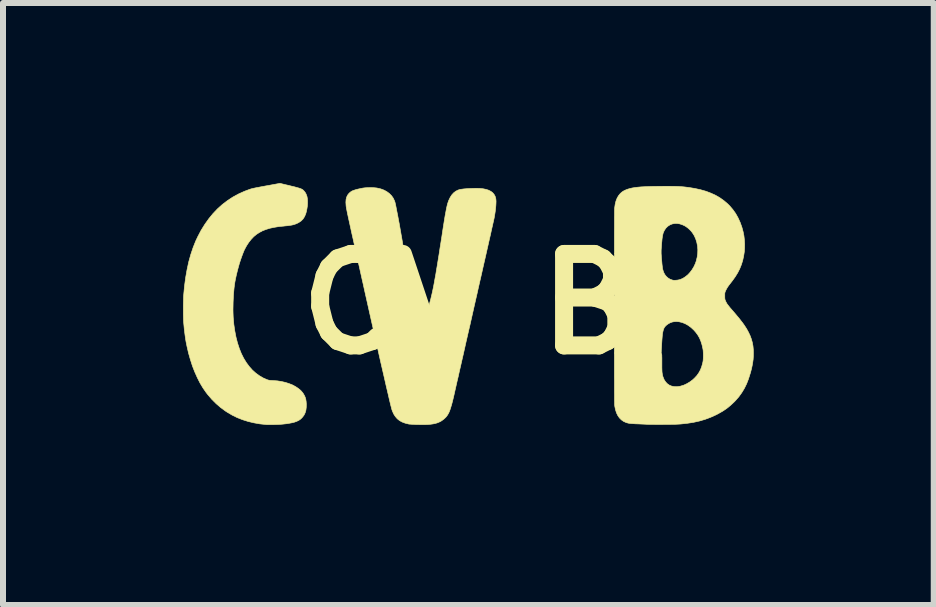
<source format=kicad_pcb>
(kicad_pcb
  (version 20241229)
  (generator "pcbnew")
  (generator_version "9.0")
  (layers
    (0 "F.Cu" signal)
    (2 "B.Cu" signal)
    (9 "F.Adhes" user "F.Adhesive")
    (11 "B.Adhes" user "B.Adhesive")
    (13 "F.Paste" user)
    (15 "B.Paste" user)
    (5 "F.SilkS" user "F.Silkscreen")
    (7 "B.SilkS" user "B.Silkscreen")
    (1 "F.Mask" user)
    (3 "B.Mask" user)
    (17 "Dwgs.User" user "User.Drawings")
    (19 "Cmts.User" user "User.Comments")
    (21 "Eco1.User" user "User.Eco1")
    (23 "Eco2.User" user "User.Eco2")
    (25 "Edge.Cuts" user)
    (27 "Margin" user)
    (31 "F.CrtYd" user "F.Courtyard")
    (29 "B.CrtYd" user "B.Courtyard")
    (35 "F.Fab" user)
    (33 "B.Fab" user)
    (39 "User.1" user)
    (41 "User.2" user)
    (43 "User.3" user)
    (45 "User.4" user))
  (footprint "CV B"
    (layer "F.Cu")
    (at 4.752 2.016)
    (property "Reference" "CV B" (at 0 0 0) (layer "F.SilkS") (effects (font (size 1.524 1.524) (thickness 0.3))))
    (attr through_hole)
    (fp_poly (pts (xy -3.047 -1.989) (xy -2.993 -1.977) (xy -2.947 -1.965) (xy -2.907 -1.956) (xy -2.874 -1.947) (xy -2.846 -1.939) (xy -2.823 -1.933) (xy -2.804 -1.926) (xy -2.788 -1.921) (xy -2.776 -1.915) (xy -2.765 -1.909) (xy -2.756 -1.903) (xy -2.748 -1.896) (xy -2.74 -1.888) (xy -2.719 -1.863) (xy -2.703 -1.835) (xy -2.69 -1.801) (xy -2.687 -1.792) (xy -2.681 -1.759) (xy -2.678 -1.72) (xy -2.678 -1.677) (xy -2.681 -1.632) (xy -2.688 -1.586) (xy -2.697 -1.542) (xy -2.708 -1.503) (xy -2.727 -1.458) (xy -2.751 -1.42) (xy -2.782 -1.387) (xy -2.82 -1.361) (xy -2.842 -1.349) (xy -2.866 -1.338) (xy -2.89 -1.329) (xy -2.916 -1.321) (xy -2.944 -1.315) (xy -2.977 -1.31) (xy -3.014 -1.305) (xy -3.059 -1.301) (xy -3.071 -1.299) (xy -3.157 -1.291) (xy -3.234 -1.278) (xy -3.305 -1.263) (xy -3.37 -1.243) (xy -3.429 -1.22) (xy -3.483 -1.191) (xy -3.532 -1.159) (xy -3.577 -1.121) (xy -3.618 -1.077) (xy -3.656 -1.029) (xy -3.692 -0.974) (xy -3.713 -0.936) (xy -3.733 -0.897) (xy -3.752 -0.851) (xy -3.772 -0.798) (xy -3.792 -0.741) (xy -3.812 -0.681) (xy -3.83 -0.617) (xy -3.847 -0.553) (xy -3.863 -0.488) (xy -3.877 -0.424) (xy -3.889 -0.362) (xy -3.896 -0.313) (xy -3.902 -0.266) (xy -3.907 -0.212) (xy -3.912 -0.154) (xy -3.915 -0.092) (xy -3.918 -0.028) (xy -3.919 0.034) (xy -3.92 0.095) (xy -3.919 0.152) (xy -3.917 0.203) (xy -3.916 0.223) (xy -3.906 0.338) (xy -3.89 0.447) (xy -3.87 0.551) (xy -3.845 0.648) (xy -3.815 0.74) (xy -3.781 0.825) (xy -3.742 0.903) (xy -3.698 0.975) (xy -3.65 1.04) (xy -3.598 1.099) (xy -3.541 1.15) (xy -3.481 1.194) (xy -3.416 1.232) (xy -3.361 1.256) (xy -3.346 1.262) (xy -3.333 1.266) (xy -3.321 1.269) (xy -3.307 1.271) (xy -3.29 1.273) (xy -3.268 1.274) (xy -3.253 1.275) (xy -3.181 1.28) (xy -3.112 1.291) (xy -3.046 1.306) (xy -2.984 1.326) (xy -2.926 1.349) (xy -2.875 1.377) (xy -2.829 1.408) (xy -2.789 1.442) (xy -2.757 1.479) (xy -2.75 1.49) (xy -2.731 1.522) (xy -2.717 1.553) (xy -2.707 1.587) (xy -2.701 1.624) (xy -2.698 1.666) (xy -2.699 1.72) (xy -2.705 1.769) (xy -2.718 1.813) (xy -2.737 1.852) (xy -2.763 1.886) (xy -2.774 1.898) (xy -2.794 1.917) (xy -2.816 1.933) (xy -2.84 1.946) (xy -2.868 1.958) (xy -2.899 1.969) (xy -2.936 1.978) (xy -2.978 1.986) (xy -3.027 1.994) (xy -3.082 2) (xy -3.102 2.002) (xy -3.129 2.004) (xy -3.16 2.006) (xy -3.193 2.007) (xy -3.228 2.008) (xy -3.263 2.009) (xy -3.296 2.009) (xy -3.325 2.009) (xy -3.348 2.009) (xy -3.363 2.008) (xy -3.471 1.997) (xy -3.573 1.979) (xy -3.669 1.956) (xy -3.761 1.927) (xy -3.85 1.892) (xy -3.935 1.85) (xy -4.018 1.801) (xy -4.047 1.782) (xy -4.126 1.724) (xy -4.201 1.659) (xy -4.273 1.587) (xy -4.34 1.509) (xy -4.368 1.473) (xy -4.42 1.398) (xy -4.469 1.316) (xy -4.514 1.227) (xy -4.557 1.131) (xy -4.596 1.031) (xy -4.63 0.925) (xy -4.661 0.816) (xy -4.687 0.703) (xy -4.703 0.624) (xy -4.71 0.581) (xy -4.717 0.532) (xy -4.724 0.478) (xy -4.731 0.423) (xy -4.736 0.368) (xy -4.741 0.317) (xy -4.742 0.307) (xy -4.744 0.28) (xy -4.745 0.246) (xy -4.746 0.206) (xy -4.747 0.162) (xy -4.747 0.116) (xy -4.747 0.069) (xy -4.747 0.021) (xy -4.746 -0.024) (xy -4.745 -0.066) (xy -4.744 -0.104) (xy -4.743 -0.135) (xy -4.742 -0.146) (xy -4.728 -0.296) (xy -4.709 -0.439) (xy -4.685 -0.575) (xy -4.657 -0.704) (xy -4.623 -0.826) (xy -4.584 -0.942) (xy -4.541 -1.05) (xy -4.508 -1.12) (xy -4.452 -1.227) (xy -4.39 -1.327) (xy -4.324 -1.42) (xy -4.254 -1.506) (xy -4.178 -1.586) (xy -4.098 -1.658) (xy -4.013 -1.723) (xy -3.923 -1.782) (xy -3.828 -1.834) (xy -3.728 -1.879) (xy -3.653 -1.907) (xy -3.641 -1.911) (xy -3.63 -1.915) (xy -3.618 -1.919) (xy -3.605 -1.922) (xy -3.59 -1.926) (xy -3.573 -1.93) (xy -3.553 -1.934) (xy -3.529 -1.939) (xy -3.5 -1.944) (xy -3.466 -1.951) (xy -3.427 -1.958) (xy -3.38 -1.967) (xy -3.326 -1.976) (xy -3.301 -1.981) (xy -3.137 -2.011) (xy -3.047 -1.989)) (stroke (width 0.01) (type solid)) (fill yes) (layer "F.SilkS"))
    (fp_poly (pts (xy -1.603 -1.94) (xy -1.566 -1.938) (xy -1.534 -1.935) (xy -1.52 -1.933) (xy -1.459 -1.919) (xy -1.405 -1.899) (xy -1.357 -1.873) (xy -1.315 -1.842) (xy -1.279 -1.806) (xy -1.25 -1.765) (xy -1.228 -1.718) (xy -1.222 -1.701) (xy -1.219 -1.69) (xy -1.215 -1.671) (xy -1.209 -1.646) (xy -1.203 -1.615) (xy -1.196 -1.578) (xy -1.188 -1.537) (xy -1.179 -1.493) (xy -1.17 -1.445) (xy -1.161 -1.395) (xy -1.151 -1.344) (xy -1.142 -1.293) (xy -1.133 -1.241) (xy -1.124 -1.19) (xy -1.116 -1.142) (xy -1.115 -1.141) (xy -1.109 -1.105) (xy -1.102 -1.063) (xy -1.094 -1.016) (xy -1.085 -0.965) (xy -1.075 -0.91) (xy -1.064 -0.852) (xy -1.053 -0.791) (xy -1.042 -0.729) (xy -1.031 -0.665) (xy -1.019 -0.6) (xy -1.007 -0.535) (xy -0.995 -0.471) (xy -0.983 -0.407) (xy -0.972 -0.345) (xy -0.961 -0.286) (xy -0.95 -0.229) (xy -0.94 -0.175) (xy -0.931 -0.125) (xy -0.923 -0.08) (xy -0.915 -0.04) (xy -0.908 -0.005) (xy -0.903 0.023) (xy -0.899 0.044) (xy -0.896 0.058) (xy -0.895 0.061) (xy -0.881 0.106) (xy -0.866 0.146) (xy -0.848 0.18) (xy -0.829 0.209) (xy -0.809 0.23) (xy -0.79 0.243) (xy -0.771 0.249) (xy -0.752 0.249) (xy -0.736 0.244) (xy -0.731 0.241) (xy -0.725 0.236) (xy -0.719 0.228) (xy -0.714 0.217) (xy -0.707 0.203) (xy -0.701 0.184) (xy -0.693 0.159) (xy -0.683 0.128) (xy -0.672 0.09) (xy -0.671 0.085) (xy -0.66 0.047) (xy -0.65 0.011) (xy -0.641 -0.023) (xy -0.632 -0.057) (xy -0.623 -0.091) (xy -0.615 -0.124) (xy -0.607 -0.158) (xy -0.599 -0.193) (xy -0.591 -0.23) (xy -0.583 -0.268) (xy -0.575 -0.308) (xy -0.567 -0.351) (xy -0.559 -0.397) (xy -0.55 -0.446) (xy -0.54 -0.5) (xy -0.531 -0.558) (xy -0.52 -0.621) (xy -0.509 -0.689) (xy -0.497 -0.763) (xy -0.484 -0.843) (xy -0.471 -0.93) (xy -0.456 -1.023) (xy -0.44 -1.125) (xy -0.424 -1.232) (xy -0.413 -1.302) (xy -0.403 -1.365) (xy -0.394 -1.42) (xy -0.386 -1.469) (xy -0.378 -1.512) (xy -0.371 -1.549) (xy -0.365 -1.582) (xy -0.359 -1.611) (xy -0.353 -1.636) (xy -0.348 -1.658) (xy -0.342 -1.678) (xy -0.336 -1.697) (xy -0.33 -1.714) (xy -0.324 -1.729) (xy -0.301 -1.777) (xy -0.274 -1.819) (xy -0.243 -1.853) (xy -0.208 -1.88) (xy -0.17 -1.899) (xy -0.146 -1.907) (xy -0.128 -1.911) (xy -0.105 -1.914) (xy -0.076 -1.918) (xy -0.041 -1.921) (xy 0.001 -1.924) (xy 0.052 -1.926) (xy 0.052 -1.926) (xy 0.124 -1.928) (xy 0.189 -1.927) (xy 0.246 -1.921) (xy 0.296 -1.911) (xy 0.339 -1.897) (xy 0.376 -1.878) (xy 0.406 -1.856) (xy 0.429 -1.829) (xy 0.447 -1.798) (xy 0.458 -1.762) (xy 0.461 -1.739) (xy 0.463 -1.713) (xy 0.462 -1.68) (xy 0.46 -1.642) (xy 0.456 -1.599) (xy 0.451 -1.553) (xy 0.444 -1.506) (xy 0.436 -1.457) (xy 0.43 -1.425) (xy 0.428 -1.417) (xy 0.425 -1.402) (xy 0.42 -1.38) (xy 0.413 -1.35) (xy 0.405 -1.313) (xy 0.395 -1.27) (xy 0.384 -1.221) (xy 0.372 -1.165) (xy 0.358 -1.105) (xy 0.343 -1.039) (xy 0.327 -0.968) (xy 0.31 -0.893) (xy 0.292 -0.813) (xy 0.273 -0.73) (xy 0.253 -0.643) (xy 0.233 -0.554) (xy 0.212 -0.461) (xy 0.19 -0.366) (xy 0.168 -0.269) (xy 0.146 -0.17) (xy 0.123 -0.07) (xy 0.1 0.031) (xy 0.077 0.133) (xy 0.054 0.235) (xy 0.031 0.338) (xy 0.007 0.44) (xy -0.016 0.541) (xy -0.039 0.641) (xy -0.061 0.74) (xy -0.083 0.838) (xy -0.105 0.933) (xy -0.126 1.026) (xy -0.147 1.116) (xy -0.166 1.203) (xy -0.186 1.287) (xy -0.204 1.367) (xy -0.221 1.442) (xy -0.235 1.505) (xy -0.25 1.569) (xy -0.264 1.626) (xy -0.277 1.675) (xy -0.29 1.718) (xy -0.302 1.756) (xy -0.314 1.789) (xy -0.327 1.817) (xy -0.341 1.842) (xy -0.355 1.863) (xy -0.371 1.883) (xy -0.389 1.901) (xy -0.408 1.918) (xy -0.429 1.934) (xy -0.455 1.952) (xy -0.483 1.966) (xy -0.514 1.979) (xy -0.547 1.989) (xy -0.585 1.997) (xy -0.628 2.003) (xy -0.675 2.007) (xy -0.729 2.009) (xy -0.79 2.009) (xy -0.858 2.007) (xy -0.878 2.007) (xy -0.907 2.005) (xy -0.935 2.004) (xy -0.96 2.002) (xy -0.98 2.001) (xy -0.994 1.999) (xy -0.997 1.998) (xy -1.053 1.984) (xy -1.103 1.965) (xy -1.146 1.941) (xy -1.183 1.911) (xy -1.215 1.874) (xy -1.242 1.832) (xy -1.264 1.783) (xy -1.272 1.76) (xy -1.276 1.747) (xy -1.281 1.725) (xy -1.289 1.696) (xy -1.298 1.659) (xy -1.309 1.614) (xy -1.321 1.562) (xy -1.335 1.501) (xy -1.351 1.433) (xy -1.369 1.357) (xy -1.388 1.273) (xy -1.409 1.181) (xy -1.432 1.082) (xy -1.457 0.974) (xy -1.483 0.858) (xy -1.511 0.734) (xy -1.541 0.602) (xy -1.572 0.462) (xy -1.606 0.314) (xy -1.641 0.158) (xy -1.678 -0.007) (xy -1.717 -0.18) (xy -1.757 -0.361) (xy -1.767 -0.404) (xy -1.793 -0.521) (xy -1.817 -0.629) (xy -1.84 -0.73) (xy -1.861 -0.824) (xy -1.88 -0.91) (xy -1.898 -0.99) (xy -1.914 -1.063) (xy -1.929 -1.13) (xy -1.943 -1.191) (xy -1.955 -1.247) (xy -1.966 -1.297) (xy -1.976 -1.343) (xy -1.985 -1.384) (xy -1.993 -1.42) (xy -2 -1.452) (xy -2.006 -1.481) (xy -2.012 -1.506) (xy -2.016 -1.528) (xy -2.02 -1.548) (xy -2.023 -1.564) (xy -2.026 -1.579) (xy -2.029 -1.592) (xy -2.031 -1.602) (xy -2.032 -1.612) (xy -2.033 -1.621) (xy -2.035 -1.628) (xy -2.035 -1.636) (xy -2.036 -1.643) (xy -2.036 -1.645) (xy -2.039 -1.696) (xy -2.036 -1.742) (xy -2.026 -1.782) (xy -2.009 -1.817) (xy -1.985 -1.847) (xy -1.955 -1.872) (xy -1.935 -1.884) (xy -1.917 -1.891) (xy -1.892 -1.9) (xy -1.862 -1.909) (xy -1.829 -1.917) (xy -1.796 -1.924) (xy -1.763 -1.931) (xy -1.75 -1.933) (xy -1.718 -1.937) (xy -1.681 -1.939) (xy -1.642 -1.94) (xy -1.603 -1.94)) (stroke (width 0.01) (type solid)) (fill yes) (layer "F.SilkS"))
    (fp_poly (pts (xy 3.313 -1.962) (xy 3.362 -1.962) (xy 3.404 -1.961) (xy 3.441 -1.961) (xy 3.474 -1.96) (xy 3.504 -1.959) (xy 3.531 -1.957) (xy 3.558 -1.955) (xy 3.585 -1.953) (xy 3.613 -1.95) (xy 3.644 -1.946) (xy 3.67 -1.943) (xy 3.774 -1.926) (xy 3.87 -1.905) (xy 3.961 -1.879) (xy 4.045 -1.847) (xy 4.123 -1.811) (xy 4.195 -1.769) (xy 4.262 -1.721) (xy 4.324 -1.668) (xy 4.356 -1.636) (xy 4.408 -1.575) (xy 4.455 -1.509) (xy 4.496 -1.436) (xy 4.531 -1.359) (xy 4.56 -1.278) (xy 4.58 -1.204) (xy 4.593 -1.139) (xy 4.601 -1.07) (xy 4.605 -1) (xy 4.604 -0.932) (xy 4.6 -0.872) (xy 4.588 -0.795) (xy 4.572 -0.723) (xy 4.55 -0.654) (xy 4.523 -0.587) (xy 4.49 -0.522) (xy 4.45 -0.457) (xy 4.403 -0.391) (xy 4.372 -0.351) (xy 4.345 -0.316) (xy 4.322 -0.284) (xy 4.305 -0.255) (xy 4.291 -0.228) (xy 4.288 -0.221) (xy 4.282 -0.207) (xy 4.278 -0.195) (xy 4.275 -0.184) (xy 4.274 -0.17) (xy 4.274 -0.153) (xy 4.274 -0.135) (xy 4.274 -0.112) (xy 4.275 -0.096) (xy 4.276 -0.083) (xy 4.279 -0.072) (xy 4.283 -0.06) (xy 4.285 -0.056) (xy 4.293 -0.038) (xy 4.302 -0.021) (xy 4.312 -0.003) (xy 4.326 0.015) (xy 4.342 0.036) (xy 4.362 0.061) (xy 4.388 0.091) (xy 4.434 0.144) (xy 4.475 0.193) (xy 4.512 0.237) (xy 4.543 0.277) (xy 4.571 0.313) (xy 4.596 0.348) (xy 4.617 0.38) (xy 4.637 0.411) (xy 4.654 0.442) (xy 4.668 0.467) (xy 4.696 0.526) (xy 4.717 0.583) (xy 4.733 0.64) (xy 4.744 0.698) (xy 4.75 0.761) (xy 4.751 0.819) (xy 4.75 0.871) (xy 4.747 0.922) (xy 4.74 0.972) (xy 4.731 1.024) (xy 4.719 1.08) (xy 4.703 1.141) (xy 4.697 1.16) (xy 4.669 1.249) (xy 4.637 1.331) (xy 4.6 1.406) (xy 4.557 1.477) (xy 4.509 1.544) (xy 4.455 1.606) (xy 4.43 1.632) (xy 4.369 1.689) (xy 4.305 1.741) (xy 4.236 1.787) (xy 4.16 1.83) (xy 4.127 1.847) (xy 4.038 1.887) (xy 3.947 1.921) (xy 3.852 1.949) (xy 3.753 1.971) (xy 3.65 1.987) (xy 3.54 1.999) (xy 3.486 2.002) (xy 3.467 2.003) (xy 3.442 2.004) (xy 3.409 2.004) (xy 3.372 2.005) (xy 3.332 2.005) (xy 3.288 2.005) (xy 3.243 2.006) (xy 3.198 2.006) (xy 3.153 2.006) (xy 3.111 2.006) (xy 3.072 2.005) (xy 3.037 2.005) (xy 3.008 2.005) (xy 2.985 2.004) (xy 2.98 2.004) (xy 2.922 2.001) (xy 2.872 1.999) (xy 2.829 1.997) (xy 2.792 1.996) (xy 2.761 1.994) (xy 2.735 1.992) (xy 2.714 1.991) (xy 2.696 1.989) (xy 2.681 1.987) (xy 2.668 1.985) (xy 2.658 1.982) (xy 2.648 1.98) (xy 2.638 1.977) (xy 2.632 1.975) (xy 2.589 1.956) (xy 2.552 1.93) (xy 2.519 1.897) (xy 2.492 1.858) (xy 2.47 1.813) (xy 2.453 1.76) (xy 2.441 1.701) (xy 2.439 1.68) (xy 2.438 1.672) (xy 2.438 1.656) (xy 2.438 1.633) (xy 2.437 1.602) (xy 2.437 1.564) (xy 2.437 1.519) (xy 2.436 1.468) (xy 2.436 1.411) (xy 2.436 1.349) (xy 2.436 1.281) (xy 2.435 1.208) (xy 2.435 1.131) (xy 2.435 1.05) (xy 2.435 0.965) (xy 2.435 0.876) (xy 2.434 0.808) (xy 3.215 0.808) (xy 3.215 0.816) (xy 3.216 0.822) (xy 3.217 0.825) (xy 3.218 0.826) (xy 3.219 0.827) (xy 3.22 0.828) (xy 3.221 0.831) (xy 3.223 0.836) (xy 3.224 0.844) (xy 3.225 0.857) (xy 3.225 0.874) (xy 3.226 0.898) (xy 3.226 0.928) (xy 3.226 0.965) (xy 3.226 0.978) (xy 3.226 1.024) (xy 3.226 1.062) (xy 3.227 1.094) (xy 3.228 1.121) (xy 3.23 1.144) (xy 3.233 1.163) (xy 3.236 1.181) (xy 3.24 1.197) (xy 3.245 1.214) (xy 3.247 1.219) (xy 3.265 1.262) (xy 3.289 1.298) (xy 3.317 1.328) (xy 3.35 1.351) (xy 3.388 1.367) (xy 3.429 1.375) (xy 3.475 1.377) (xy 3.523 1.371) (xy 3.54 1.367) (xy 3.592 1.351) (xy 3.643 1.327) (xy 3.693 1.297) (xy 3.74 1.262) (xy 3.772 1.232) (xy 3.81 1.191) (xy 3.841 1.147) (xy 3.867 1.1) (xy 3.888 1.048) (xy 3.904 0.991) (xy 3.91 0.965) (xy 3.914 0.94) (xy 3.916 0.91) (xy 3.917 0.875) (xy 3.917 0.839) (xy 3.916 0.804) (xy 3.914 0.772) (xy 3.91 0.747) (xy 3.895 0.68) (xy 3.876 0.62) (xy 3.853 0.565) (xy 3.824 0.515) (xy 3.79 0.469) (xy 3.76 0.435) (xy 3.713 0.391) (xy 3.664 0.355) (xy 3.614 0.327) (xy 3.563 0.307) (xy 3.512 0.295) (xy 3.464 0.291) (xy 3.427 0.294) (xy 3.394 0.301) (xy 3.362 0.313) (xy 3.329 0.332) (xy 3.311 0.345) (xy 3.294 0.359) (xy 3.28 0.374) (xy 3.267 0.391) (xy 3.257 0.412) (xy 3.249 0.436) (xy 3.242 0.465) (xy 3.236 0.499) (xy 3.232 0.54) (xy 3.228 0.588) (xy 3.226 0.616) (xy 3.223 0.663) (xy 3.221 0.703) (xy 3.219 0.735) (xy 3.217 0.761) (xy 3.216 0.781) (xy 3.216 0.797) (xy 3.215 0.808) (xy 2.434 0.808) (xy 2.434 0.785) (xy 2.434 0.691) (xy 2.434 0.594) (xy 2.434 0.496) (xy 2.434 0.396) (xy 2.434 0.294) (xy 2.434 0.192) (xy 2.434 0.089) (xy 2.434 -0.014) (xy 2.434 -0.117) (xy 2.434 -0.219) (xy 2.434 -0.32) (xy 2.434 -0.42) (xy 2.434 -0.519) (xy 2.434 -0.615) (xy 2.434 -0.709) (xy 2.435 -0.801) (xy 2.435 -0.867) (xy 3.214 -0.867) (xy 3.214 -0.842) (xy 3.216 -0.814) (xy 3.218 -0.783) (xy 3.221 -0.746) (xy 3.225 -0.703) (xy 3.228 -0.667) (xy 3.232 -0.634) (xy 3.235 -0.608) (xy 3.238 -0.587) (xy 3.243 -0.569) (xy 3.248 -0.552) (xy 3.254 -0.535) (xy 3.254 -0.533) (xy 3.273 -0.495) (xy 3.298 -0.462) (xy 3.328 -0.435) (xy 3.362 -0.414) (xy 3.4 -0.4) (xy 3.418 -0.396) (xy 3.44 -0.395) (xy 3.466 -0.397) (xy 3.494 -0.4) (xy 3.52 -0.406) (xy 3.532 -0.409) (xy 3.576 -0.428) (xy 3.618 -0.455) (xy 3.659 -0.488) (xy 3.696 -0.528) (xy 3.73 -0.573) (xy 3.76 -0.623) (xy 3.785 -0.677) (xy 3.799 -0.718) (xy 3.814 -0.78) (xy 3.823 -0.842) (xy 3.825 -0.905) (xy 3.82 -0.967) (xy 3.808 -1.028) (xy 3.79 -1.085) (xy 3.766 -1.139) (xy 3.735 -1.188) (xy 3.728 -1.197) (xy 3.708 -1.221) (xy 3.684 -1.245) (xy 3.658 -1.268) (xy 3.631 -1.288) (xy 3.614 -1.299) (xy 3.568 -1.321) (xy 3.523 -1.336) (xy 3.479 -1.343) (xy 3.437 -1.342) (xy 3.397 -1.334) (xy 3.36 -1.319) (xy 3.326 -1.297) (xy 3.296 -1.268) (xy 3.271 -1.233) (xy 3.263 -1.217) (xy 3.256 -1.203) (xy 3.25 -1.188) (xy 3.245 -1.173) (xy 3.241 -1.155) (xy 3.237 -1.135) (xy 3.233 -1.111) (xy 3.229 -1.082) (xy 3.226 -1.048) (xy 3.222 -1.008) (xy 3.219 -0.961) (xy 3.217 -0.937) (xy 3.215 -0.913) (xy 3.214 -0.89) (xy 3.214 -0.867) (xy 2.435 -0.867) (xy 2.435 -0.889) (xy 2.435 -0.974) (xy 2.435 -1.055) (xy 2.435 -1.132) (xy 2.435 -1.204) (xy 2.436 -1.272) (xy 2.436 -1.334) (xy 2.436 -1.391) (xy 2.436 -1.442) (xy 2.437 -1.486) (xy 2.437 -1.524) (xy 2.437 -1.555) (xy 2.438 -1.578) (xy 2.438 -1.594) (xy 2.439 -1.601) (xy 2.448 -1.662) (xy 2.461 -1.716) (xy 2.48 -1.764) (xy 2.504 -1.806) (xy 2.532 -1.84) (xy 2.536 -1.844) (xy 2.556 -1.862) (xy 2.578 -1.878) (xy 2.603 -1.892) (xy 2.63 -1.904) (xy 2.66 -1.915) (xy 2.695 -1.925) (xy 2.733 -1.934) (xy 2.776 -1.941) (xy 2.825 -1.947) (xy 2.879 -1.952) (xy 2.939 -1.955) (xy 3.005 -1.958) (xy 3.079 -1.96) (xy 3.16 -1.961) (xy 3.249 -1.962) (xy 3.258 -1.962) (xy 3.313 -1.962)) (stroke (width 0.01) (type solid)) (fill yes) (layer "F.SilkS")))
  (gr_rect
    (start -3 -3)
    (end 12.508 7.03)
    (stroke (width 0.1) (type default))
    (fill no)
    (layer "Edge.Cuts")))
</source>
